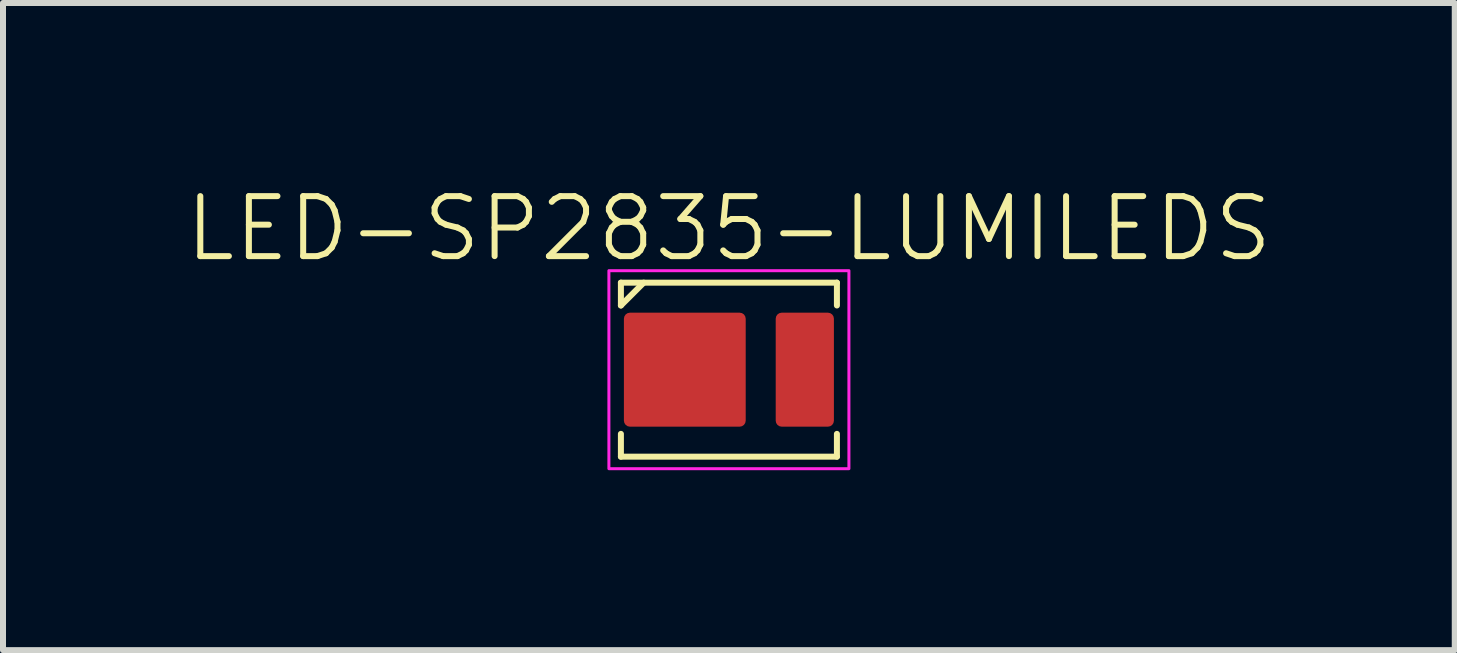
<source format=kicad_pcb>
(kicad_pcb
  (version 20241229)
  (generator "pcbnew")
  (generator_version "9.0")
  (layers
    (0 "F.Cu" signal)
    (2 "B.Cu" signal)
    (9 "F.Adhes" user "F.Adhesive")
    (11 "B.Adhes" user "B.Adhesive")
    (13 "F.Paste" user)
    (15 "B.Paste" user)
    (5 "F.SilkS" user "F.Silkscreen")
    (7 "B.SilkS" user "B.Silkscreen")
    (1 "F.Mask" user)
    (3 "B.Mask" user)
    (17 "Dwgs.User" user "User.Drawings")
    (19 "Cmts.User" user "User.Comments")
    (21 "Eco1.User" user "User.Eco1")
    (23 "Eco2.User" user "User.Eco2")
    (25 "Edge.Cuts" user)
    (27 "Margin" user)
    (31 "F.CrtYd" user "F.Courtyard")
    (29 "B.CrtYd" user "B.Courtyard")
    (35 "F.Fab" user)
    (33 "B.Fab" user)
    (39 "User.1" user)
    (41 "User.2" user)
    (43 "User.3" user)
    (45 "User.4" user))
  (footprint "LED-SP2835-LUMILEDS"
    (layer "F.Cu")
    (at 9.098 3.111)
    (property "Reference" "LED-SP2835-LUMILEDS" (at 0 -2.35 0) (unlocked yes) (layer "F.SilkS") (effects (font (size 1 1) (thickness 0.1))))
    (attr smd)
    (fp_line (start -1.8 -1.45) (end -1.8 -1.07) (stroke (width 0.1) (type default)) (layer "F.SilkS"))
    (fp_line (start -1.8 -1.45) (end 1.8 -1.45) (stroke (width 0.1) (type solid)) (layer "F.SilkS"))
    (fp_line (start -1.8 -1.07) (end -1.42 -1.45) (stroke (width 0.1) (type default)) (layer "F.SilkS"))
    (fp_line (start -1.8 1.45) (end -1.8 1.07) (stroke (width 0.1) (type default)) (layer "F.SilkS"))
    (fp_line (start 1.8 -1.45) (end 1.8 -1.07) (stroke (width 0.1) (type default)) (layer "F.SilkS"))
    (fp_line (start 1.8 1.07) (end 1.8 1.45) (stroke (width 0.1) (type default)) (layer "F.SilkS"))
    (fp_line (start 1.8 1.45) (end -1.8 1.45) (stroke (width 0.1) (type solid)) (layer "F.SilkS"))
    (fp_rect (start -2 -1.65) (end 2 1.65) (stroke (width 0.05) (type solid)) (fill no) (layer "F.CrtYd"))
    (pad "1" smd roundrect (at 1.265 0) (size 0.97 1.9) (layers "F.Cu" "F.Mask" "F.Paste") (roundrect_rratio 0.103))
    (pad "2" smd roundrect (at -0.735 0) (size 2.03 1.9) (layers "F.Cu" "F.Mask" "F.Paste") (roundrect_rratio 0.053)))
  (gr_rect
    (start -3 -3)
    (end 21.195 7.785)
    (stroke (width 0.1) (type default))
    (fill no)
    (layer "Edge.Cuts")))
</source>
